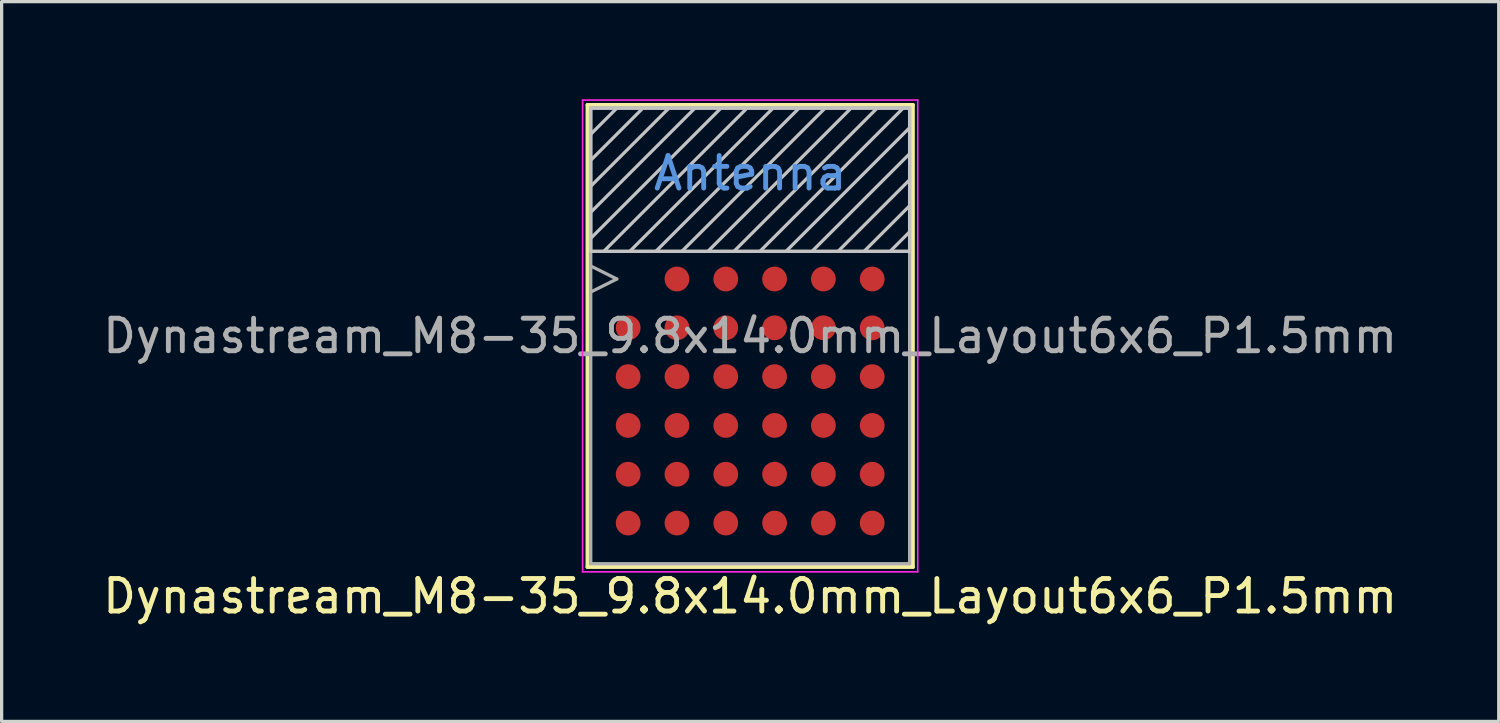
<source format=kicad_pcb>
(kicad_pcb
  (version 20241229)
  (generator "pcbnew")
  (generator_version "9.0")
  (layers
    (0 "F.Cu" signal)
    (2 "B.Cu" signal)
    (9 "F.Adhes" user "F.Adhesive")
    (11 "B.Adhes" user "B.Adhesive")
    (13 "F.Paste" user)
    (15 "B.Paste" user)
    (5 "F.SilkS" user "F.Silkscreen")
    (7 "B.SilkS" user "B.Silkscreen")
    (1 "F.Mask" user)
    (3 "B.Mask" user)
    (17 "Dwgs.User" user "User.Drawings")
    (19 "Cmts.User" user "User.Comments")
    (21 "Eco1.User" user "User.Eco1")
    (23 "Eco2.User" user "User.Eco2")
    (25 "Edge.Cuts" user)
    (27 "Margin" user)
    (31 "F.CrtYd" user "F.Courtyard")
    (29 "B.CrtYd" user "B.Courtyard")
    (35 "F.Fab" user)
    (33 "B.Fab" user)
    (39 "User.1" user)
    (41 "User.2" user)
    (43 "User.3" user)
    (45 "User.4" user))
  (footprint "Dynastream_M8-35_9.8x14.0mm_Layout6x6_P1.5mm"
    (layer "F.Cu")
    (at 20.006 7.275)
    (property "Reference" "Dynastream_M8-35_9.8x14.0mm_Layout6x6_P1.5mm" (at 0 8 0) (layer "F.SilkS") (effects (font (size 1 1) (thickness 0.15))))
    (attr smd)
    (fp_line (start -5 -7.1) (end -5 7.1) (stroke (width 0.12) (type solid)) (layer "F.SilkS"))
    (fp_line (start -5 7.1) (end 5 7.1) (stroke (width 0.12) (type solid)) (layer "F.SilkS"))
    (fp_line (start 5 -7.1) (end -5 -7.1) (stroke (width 0.12) (type solid)) (layer "F.SilkS"))
    (fp_line (start 5 7.1) (end 5 -7.1) (stroke (width 0.12) (type solid)) (layer "F.SilkS"))
    (fp_poly (pts (xy -4.18 -0.315) (xy -4.18 -0.68) (xy -3.815 -0.68) (xy -3.815 -0.315)) (stroke (width 0) (type solid)) (fill yes) (layer "F.Paste"))
    (fp_poly (pts (xy -4.18 0.18) (xy -4.18 -0.185) (xy -3.815 -0.185) (xy -3.815 0.18)) (stroke (width 0) (type solid)) (fill yes) (layer "F.Paste"))
    (fp_poly (pts (xy -4.18 1.185) (xy -4.18 0.82) (xy -3.815 0.82) (xy -3.815 1.185)) (stroke (width 0) (type solid)) (fill yes) (layer "F.Paste"))
    (fp_poly (pts (xy -4.18 1.68) (xy -4.18 1.315) (xy -3.815 1.315) (xy -3.815 1.68)) (stroke (width 0) (type solid)) (fill yes) (layer "F.Paste"))
    (fp_poly (pts (xy -4.18 2.685) (xy -4.18 2.32) (xy -3.815 2.32) (xy -3.815 2.685)) (stroke (width 0) (type solid)) (fill yes) (layer "F.Paste"))
    (fp_poly (pts (xy -4.18 3.18) (xy -4.18 2.815) (xy -3.815 2.815) (xy -3.815 3.18)) (stroke (width 0) (type solid)) (fill yes) (layer "F.Paste"))
    (fp_poly (pts (xy -4.18 4.185) (xy -4.18 3.82) (xy -3.815 3.82) (xy -3.815 4.185)) (stroke (width 0) (type solid)) (fill yes) (layer "F.Paste"))
    (fp_poly (pts (xy -4.18 4.68) (xy -4.18 4.315) (xy -3.815 4.315) (xy -3.815 4.68)) (stroke (width 0) (type solid)) (fill yes) (layer "F.Paste"))
    (fp_poly (pts (xy -4.18 5.685) (xy -4.18 5.32) (xy -3.815 5.32) (xy -3.815 5.685)) (stroke (width 0) (type solid)) (fill yes) (layer "F.Paste"))
    (fp_poly (pts (xy -4.18 6.18) (xy -4.18 5.815) (xy -3.815 5.815) (xy -3.815 6.18)) (stroke (width 0) (type solid)) (fill yes) (layer "F.Paste"))
    (fp_poly (pts (xy -3.685 -0.315) (xy -3.685 -0.68) (xy -3.32 -0.68) (xy -3.32 -0.315)) (stroke (width 0) (type solid)) (fill yes) (layer "F.Paste"))
    (fp_poly (pts (xy -3.685 0.18) (xy -3.685 -0.185) (xy -3.32 -0.185) (xy -3.32 0.18)) (stroke (width 0) (type solid)) (fill yes) (layer "F.Paste"))
    (fp_poly (pts (xy -3.685 1.185) (xy -3.685 0.82) (xy -3.32 0.82) (xy -3.32 1.185)) (stroke (width 0) (type solid)) (fill yes) (layer "F.Paste"))
    (fp_poly (pts (xy -3.685 1.68) (xy -3.685 1.315) (xy -3.32 1.315) (xy -3.32 1.68)) (stroke (width 0) (type solid)) (fill yes) (layer "F.Paste"))
    (fp_poly (pts (xy -3.685 2.685) (xy -3.685 2.32) (xy -3.32 2.32) (xy -3.32 2.685)) (stroke (width 0) (type solid)) (fill yes) (layer "F.Paste"))
    (fp_poly (pts (xy -3.685 3.18) (xy -3.685 2.815) (xy -3.32 2.815) (xy -3.32 3.18)) (stroke (width 0) (type solid)) (fill yes) (layer "F.Paste"))
    (fp_poly (pts (xy -3.685 4.185) (xy -3.685 3.82) (xy -3.32 3.82) (xy -3.32 4.185)) (stroke (width 0) (type solid)) (fill yes) (layer "F.Paste"))
    (fp_poly (pts (xy -3.685 4.68) (xy -3.685 4.315) (xy -3.32 4.315) (xy -3.32 4.68)) (stroke (width 0) (type solid)) (fill yes) (layer "F.Paste"))
    (fp_poly (pts (xy -3.685 5.685) (xy -3.685 5.32) (xy -3.32 5.32) (xy -3.32 5.685)) (stroke (width 0) (type solid)) (fill yes) (layer "F.Paste"))
    (fp_poly (pts (xy -3.685 6.18) (xy -3.685 5.815) (xy -3.32 5.815) (xy -3.32 6.18)) (stroke (width 0) (type solid)) (fill yes) (layer "F.Paste"))
    (fp_poly (pts (xy -2.68 -1.815) (xy -2.68 -2.18) (xy -2.315 -2.18) (xy -2.315 -1.815)) (stroke (width 0) (type solid)) (fill yes) (layer "F.Paste"))
    (fp_poly (pts (xy -2.68 -1.32) (xy -2.68 -1.685) (xy -2.315 -1.685) (xy -2.315 -1.32)) (stroke (width 0) (type solid)) (fill yes) (layer "F.Paste"))
    (fp_poly (pts (xy -2.68 -0.315) (xy -2.68 -0.68) (xy -2.315 -0.68) (xy -2.315 -0.315)) (stroke (width 0) (type solid)) (fill yes) (layer "F.Paste"))
    (fp_poly (pts (xy -2.68 0.18) (xy -2.68 -0.185) (xy -2.315 -0.185) (xy -2.315 0.18)) (stroke (width 0) (type solid)) (fill yes) (layer "F.Paste"))
    (fp_poly (pts (xy -2.68 1.185) (xy -2.68 0.82) (xy -2.315 0.82) (xy -2.315 1.185)) (stroke (width 0) (type solid)) (fill yes) (layer "F.Paste"))
    (fp_poly (pts (xy -2.68 1.68) (xy -2.68 1.315) (xy -2.315 1.315) (xy -2.315 1.68)) (stroke (width 0) (type solid)) (fill yes) (layer "F.Paste"))
    (fp_poly (pts (xy -2.68 2.685) (xy -2.68 2.32) (xy -2.315 2.32) (xy -2.315 2.685)) (stroke (width 0) (type solid)) (fill yes) (layer "F.Paste"))
    (fp_poly (pts (xy -2.68 3.18) (xy -2.68 2.815) (xy -2.315 2.815) (xy -2.315 3.18)) (stroke (width 0) (type solid)) (fill yes) (layer "F.Paste"))
    (fp_poly (pts (xy -2.68 4.185) (xy -2.68 3.82) (xy -2.315 3.82) (xy -2.315 4.185)) (stroke (width 0) (type solid)) (fill yes) (layer "F.Paste"))
    (fp_poly (pts (xy -2.68 4.68) (xy -2.68 4.315) (xy -2.315 4.315) (xy -2.315 4.68)) (stroke (width 0) (type solid)) (fill yes) (layer "F.Paste"))
    (fp_poly (pts (xy -2.68 5.685) (xy -2.68 5.32) (xy -2.315 5.32) (xy -2.315 5.685)) (stroke (width 0) (type solid)) (fill yes) (layer "F.Paste"))
    (fp_poly (pts (xy -2.68 6.18) (xy -2.68 5.815) (xy -2.315 5.815) (xy -2.315 6.18)) (stroke (width 0) (type solid)) (fill yes) (layer "F.Paste"))
    (fp_poly (pts (xy -2.185 -1.815) (xy -2.185 -2.18) (xy -1.82 -2.18) (xy -1.82 -1.815)) (stroke (width 0) (type solid)) (fill yes) (layer "F.Paste"))
    (fp_poly (pts (xy -2.185 -1.32) (xy -2.185 -1.685) (xy -1.82 -1.685) (xy -1.82 -1.32)) (stroke (width 0) (type solid)) (fill yes) (layer "F.Paste"))
    (fp_poly (pts (xy -2.185 -0.315) (xy -2.185 -0.68) (xy -1.82 -0.68) (xy -1.82 -0.315)) (stroke (width 0) (type solid)) (fill yes) (layer "F.Paste"))
    (fp_poly (pts (xy -2.185 0.18) (xy -2.185 -0.185) (xy -1.82 -0.185) (xy -1.82 0.18)) (stroke (width 0) (type solid)) (fill yes) (layer "F.Paste"))
    (fp_poly (pts (xy -2.185 1.185) (xy -2.185 0.82) (xy -1.82 0.82) (xy -1.82 1.185)) (stroke (width 0) (type solid)) (fill yes) (layer "F.Paste"))
    (fp_poly (pts (xy -2.185 1.68) (xy -2.185 1.315) (xy -1.82 1.315) (xy -1.82 1.68)) (stroke (width 0) (type solid)) (fill yes) (layer "F.Paste"))
    (fp_poly (pts (xy -2.185 2.685) (xy -2.185 2.32) (xy -1.82 2.32) (xy -1.82 2.685)) (stroke (width 0) (type solid)) (fill yes) (layer "F.Paste"))
    (fp_poly (pts (xy -2.185 3.18) (xy -2.185 2.815) (xy -1.82 2.815) (xy -1.82 3.18)) (stroke (width 0) (type solid)) (fill yes) (layer "F.Paste"))
    (fp_poly (pts (xy -2.185 4.185) (xy -2.185 3.82) (xy -1.82 3.82) (xy -1.82 4.185)) (stroke (width 0) (type solid)) (fill yes) (layer "F.Paste"))
    (fp_poly (pts (xy -2.185 4.68) (xy -2.185 4.315) (xy -1.82 4.315) (xy -1.82 4.68)) (stroke (width 0) (type solid)) (fill yes) (layer "F.Paste"))
    (fp_poly (pts (xy -2.185 5.685) (xy -2.185 5.32) (xy -1.82 5.32) (xy -1.82 5.685)) (stroke (width 0) (type solid)) (fill yes) (layer "F.Paste"))
    (fp_poly (pts (xy -2.185 6.18) (xy -2.185 5.815) (xy -1.82 5.815) (xy -1.82 6.18)) (stroke (width 0) (type solid)) (fill yes) (layer "F.Paste"))
    (fp_poly (pts (xy -1.18 -1.815) (xy -1.18 -2.18) (xy -0.815 -2.18) (xy -0.815 -1.815)) (stroke (width 0) (type solid)) (fill yes) (layer "F.Paste"))
    (fp_poly (pts (xy -1.18 -1.32) (xy -1.18 -1.685) (xy -0.815 -1.685) (xy -0.815 -1.32)) (stroke (width 0) (type solid)) (fill yes) (layer "F.Paste"))
    (fp_poly (pts (xy -1.18 -0.315) (xy -1.18 -0.68) (xy -0.815 -0.68) (xy -0.815 -0.315)) (stroke (width 0) (type solid)) (fill yes) (layer "F.Paste"))
    (fp_poly (pts (xy -1.18 0.18) (xy -1.18 -0.185) (xy -0.815 -0.185) (xy -0.815 0.18)) (stroke (width 0) (type solid)) (fill yes) (layer "F.Paste"))
    (fp_poly (pts (xy -1.18 1.185) (xy -1.18 0.82) (xy -0.815 0.82) (xy -0.815 1.185)) (stroke (width 0) (type solid)) (fill yes) (layer "F.Paste"))
    (fp_poly (pts (xy -1.18 1.68) (xy -1.18 1.315) (xy -0.815 1.315) (xy -0.815 1.68)) (stroke (width 0) (type solid)) (fill yes) (layer "F.Paste"))
    (fp_poly (pts (xy -1.18 2.685) (xy -1.18 2.32) (xy -0.815 2.32) (xy -0.815 2.685)) (stroke (width 0) (type solid)) (fill yes) (layer "F.Paste"))
    (fp_poly (pts (xy -1.18 3.18) (xy -1.18 2.815) (xy -0.815 2.815) (xy -0.815 3.18)) (stroke (width 0) (type solid)) (fill yes) (layer "F.Paste"))
    (fp_poly (pts (xy -1.18 4.185) (xy -1.18 3.82) (xy -0.815 3.82) (xy -0.815 4.185)) (stroke (width 0) (type solid)) (fill yes) (layer "F.Paste"))
    (fp_poly (pts (xy -1.18 4.68) (xy -1.18 4.315) (xy -0.815 4.315) (xy -0.815 4.68)) (stroke (width 0) (type solid)) (fill yes) (layer "F.Paste"))
    (fp_poly (pts (xy -1.18 5.685) (xy -1.18 5.32) (xy -0.815 5.32) (xy -0.815 5.685)) (stroke (width 0) (type solid)) (fill yes) (layer "F.Paste"))
    (fp_poly (pts (xy -1.18 6.18) (xy -1.18 5.815) (xy -0.815 5.815) (xy -0.815 6.18)) (stroke (width 0) (type solid)) (fill yes) (layer "F.Paste"))
    (fp_poly (pts (xy -0.685 -1.815) (xy -0.685 -2.18) (xy -0.32 -2.18) (xy -0.32 -1.815)) (stroke (width 0) (type solid)) (fill yes) (layer "F.Paste"))
    (fp_poly (pts (xy -0.685 -1.32) (xy -0.685 -1.685) (xy -0.32 -1.685) (xy -0.32 -1.32)) (stroke (width 0) (type solid)) (fill yes) (layer "F.Paste"))
    (fp_poly (pts (xy -0.685 -0.315) (xy -0.685 -0.68) (xy -0.32 -0.68) (xy -0.32 -0.315)) (stroke (width 0) (type solid)) (fill yes) (layer "F.Paste"))
    (fp_poly (pts (xy -0.685 0.18) (xy -0.685 -0.185) (xy -0.32 -0.185) (xy -0.32 0.18)) (stroke (width 0) (type solid)) (fill yes) (layer "F.Paste"))
    (fp_poly (pts (xy -0.685 1.185) (xy -0.685 0.82) (xy -0.32 0.82) (xy -0.32 1.185)) (stroke (width 0) (type solid)) (fill yes) (layer "F.Paste"))
    (fp_poly (pts (xy -0.685 1.68) (xy -0.685 1.315) (xy -0.32 1.315) (xy -0.32 1.68)) (stroke (width 0) (type solid)) (fill yes) (layer "F.Paste"))
    (fp_poly (pts (xy -0.685 2.685) (xy -0.685 2.32) (xy -0.32 2.32) (xy -0.32 2.685)) (stroke (width 0) (type solid)) (fill yes) (layer "F.Paste"))
    (fp_poly (pts (xy -0.685 3.18) (xy -0.685 2.815) (xy -0.32 2.815) (xy -0.32 3.18)) (stroke (width 0) (type solid)) (fill yes) (layer "F.Paste"))
    (fp_poly (pts (xy -0.685 4.185) (xy -0.685 3.82) (xy -0.32 3.82) (xy -0.32 4.185)) (stroke (width 0) (type solid)) (fill yes) (layer "F.Paste"))
    (fp_poly (pts (xy -0.685 4.68) (xy -0.685 4.315) (xy -0.32 4.315) (xy -0.32 4.68)) (stroke (width 0) (type solid)) (fill yes) (layer "F.Paste"))
    (fp_poly (pts (xy -0.685 5.685) (xy -0.685 5.32) (xy -0.32 5.32) (xy -0.32 5.685)) (stroke (width 0) (type solid)) (fill yes) (layer "F.Paste"))
    (fp_poly (pts (xy -0.685 6.18) (xy -0.685 5.815) (xy -0.32 5.815) (xy -0.32 6.18)) (stroke (width 0) (type solid)) (fill yes) (layer "F.Paste"))
    (fp_poly (pts (xy 0.32 -1.815) (xy 0.32 -2.18) (xy 0.685 -2.18) (xy 0.685 -1.815)) (stroke (width 0) (type solid)) (fill yes) (layer "F.Paste"))
    (fp_poly (pts (xy 0.32 -1.32) (xy 0.32 -1.685) (xy 0.685 -1.685) (xy 0.685 -1.32)) (stroke (width 0) (type solid)) (fill yes) (layer "F.Paste"))
    (fp_poly (pts (xy 0.32 -0.315) (xy 0.32 -0.68) (xy 0.685 -0.68) (xy 0.685 -0.315)) (stroke (width 0) (type solid)) (fill yes) (layer "F.Paste"))
    (fp_poly (pts (xy 0.32 0.18) (xy 0.32 -0.185) (xy 0.685 -0.185) (xy 0.685 0.18)) (stroke (width 0) (type solid)) (fill yes) (layer "F.Paste"))
    (fp_poly (pts (xy 0.32 1.185) (xy 0.32 0.82) (xy 0.685 0.82) (xy 0.685 1.185)) (stroke (width 0) (type solid)) (fill yes) (layer "F.Paste"))
    (fp_poly (pts (xy 0.32 1.68) (xy 0.32 1.315) (xy 0.685 1.315) (xy 0.685 1.68)) (stroke (width 0) (type solid)) (fill yes) (layer "F.Paste"))
    (fp_poly (pts (xy 0.32 2.685) (xy 0.32 2.32) (xy 0.685 2.32) (xy 0.685 2.685)) (stroke (width 0) (type solid)) (fill yes) (layer "F.Paste"))
    (fp_poly (pts (xy 0.32 3.18) (xy 0.32 2.815) (xy 0.685 2.815) (xy 0.685 3.18)) (stroke (width 0) (type solid)) (fill yes) (layer "F.Paste"))
    (fp_poly (pts (xy 0.32 4.185) (xy 0.32 3.82) (xy 0.685 3.82) (xy 0.685 4.185)) (stroke (width 0) (type solid)) (fill yes) (layer "F.Paste"))
    (fp_poly (pts (xy 0.32 4.68) (xy 0.32 4.315) (xy 0.685 4.315) (xy 0.685 4.68)) (stroke (width 0) (type solid)) (fill yes) (layer "F.Paste"))
    (fp_poly (pts (xy 0.32 5.685) (xy 0.32 5.32) (xy 0.685 5.32) (xy 0.685 5.685)) (stroke (width 0) (type solid)) (fill yes) (layer "F.Paste"))
    (fp_poly (pts (xy 0.32 6.18) (xy 0.32 5.815) (xy 0.685 5.815) (xy 0.685 6.18)) (stroke (width 0) (type solid)) (fill yes) (layer "F.Paste"))
    (fp_poly (pts (xy 0.815 -1.815) (xy 0.815 -2.18) (xy 1.18 -2.18) (xy 1.18 -1.815)) (stroke (width 0) (type solid)) (fill yes) (layer "F.Paste"))
    (fp_poly (pts (xy 0.815 -1.32) (xy 0.815 -1.685) (xy 1.18 -1.685) (xy 1.18 -1.32)) (stroke (width 0) (type solid)) (fill yes) (layer "F.Paste"))
    (fp_poly (pts (xy 0.815 -0.315) (xy 0.815 -0.68) (xy 1.18 -0.68) (xy 1.18 -0.315)) (stroke (width 0) (type solid)) (fill yes) (layer "F.Paste"))
    (fp_poly (pts (xy 0.815 0.18) (xy 0.815 -0.185) (xy 1.18 -0.185) (xy 1.18 0.18)) (stroke (width 0) (type solid)) (fill yes) (layer "F.Paste"))
    (fp_poly (pts (xy 0.815 1.185) (xy 0.815 0.82) (xy 1.18 0.82) (xy 1.18 1.185)) (stroke (width 0) (type solid)) (fill yes) (layer "F.Paste"))
    (fp_poly (pts (xy 0.815 1.68) (xy 0.815 1.315) (xy 1.18 1.315) (xy 1.18 1.68)) (stroke (width 0) (type solid)) (fill yes) (layer "F.Paste"))
    (fp_poly (pts (xy 0.815 2.685) (xy 0.815 2.32) (xy 1.18 2.32) (xy 1.18 2.685)) (stroke (width 0) (type solid)) (fill yes) (layer "F.Paste"))
    (fp_poly (pts (xy 0.815 3.18) (xy 0.815 2.815) (xy 1.18 2.815) (xy 1.18 3.18)) (stroke (width 0) (type solid)) (fill yes) (layer "F.Paste"))
    (fp_poly (pts (xy 0.815 4.185) (xy 0.815 3.82) (xy 1.18 3.82) (xy 1.18 4.185)) (stroke (width 0) (type solid)) (fill yes) (layer "F.Paste"))
    (fp_poly (pts (xy 0.815 4.68) (xy 0.815 4.315) (xy 1.18 4.315) (xy 1.18 4.68)) (stroke (width 0) (type solid)) (fill yes) (layer "F.Paste"))
    (fp_poly (pts (xy 0.815 5.685) (xy 0.815 5.32) (xy 1.18 5.32) (xy 1.18 5.685)) (stroke (width 0) (type solid)) (fill yes) (layer "F.Paste"))
    (fp_poly (pts (xy 0.815 6.18) (xy 0.815 5.815) (xy 1.18 5.815) (xy 1.18 6.18)) (stroke (width 0) (type solid)) (fill yes) (layer "F.Paste"))
    (fp_poly (pts (xy 1.82 -1.815) (xy 1.82 -2.18) (xy 2.185 -2.18) (xy 2.185 -1.815)) (stroke (width 0) (type solid)) (fill yes) (layer "F.Paste"))
    (fp_poly (pts (xy 1.82 -1.32) (xy 1.82 -1.685) (xy 2.185 -1.685) (xy 2.185 -1.32)) (stroke (width 0) (type solid)) (fill yes) (layer "F.Paste"))
    (fp_poly (pts (xy 1.82 -0.315) (xy 1.82 -0.68) (xy 2.185 -0.68) (xy 2.185 -0.315)) (stroke (width 0) (type solid)) (fill yes) (layer "F.Paste"))
    (fp_poly (pts (xy 1.82 0.18) (xy 1.82 -0.185) (xy 2.185 -0.185) (xy 2.185 0.18)) (stroke (width 0) (type solid)) (fill yes) (layer "F.Paste"))
    (fp_poly (pts (xy 1.82 1.185) (xy 1.82 0.82) (xy 2.185 0.82) (xy 2.185 1.185)) (stroke (width 0) (type solid)) (fill yes) (layer "F.Paste"))
    (fp_poly (pts (xy 1.82 1.68) (xy 1.82 1.315) (xy 2.185 1.315) (xy 2.185 1.68)) (stroke (width 0) (type solid)) (fill yes) (layer "F.Paste"))
    (fp_poly (pts (xy 1.82 2.685) (xy 1.82 2.32) (xy 2.185 2.32) (xy 2.185 2.685)) (stroke (width 0) (type solid)) (fill yes) (layer "F.Paste"))
    (fp_poly (pts (xy 1.82 3.18) (xy 1.82 2.815) (xy 2.185 2.815) (xy 2.185 3.18)) (stroke (width 0) (type solid)) (fill yes) (layer "F.Paste"))
    (fp_poly (pts (xy 1.82 4.185) (xy 1.82 3.82) (xy 2.185 3.82) (xy 2.185 4.185)) (stroke (width 0) (type solid)) (fill yes) (layer "F.Paste"))
    (fp_poly (pts (xy 1.82 4.68) (xy 1.82 4.315) (xy 2.185 4.315) (xy 2.185 4.68)) (stroke (width 0) (type solid)) (fill yes) (layer "F.Paste"))
    (fp_poly (pts (xy 1.82 5.685) (xy 1.82 5.32) (xy 2.185 5.32) (xy 2.185 5.685)) (stroke (width 0) (type solid)) (fill yes) (layer "F.Paste"))
    (fp_poly (pts (xy 1.82 6.18) (xy 1.82 5.815) (xy 2.185 5.815) (xy 2.185 6.18)) (stroke (width 0) (type solid)) (fill yes) (layer "F.Paste"))
    (fp_poly (pts (xy 2.315 -1.815) (xy 2.315 -2.18) (xy 2.68 -2.18) (xy 2.68 -1.815)) (stroke (width 0) (type solid)) (fill yes) (layer "F.Paste"))
    (fp_poly (pts (xy 2.315 -1.32) (xy 2.315 -1.685) (xy 2.68 -1.685) (xy 2.68 -1.32)) (stroke (width 0) (type solid)) (fill yes) (layer "F.Paste"))
    (fp_poly (pts (xy 2.315 -0.315) (xy 2.315 -0.68) (xy 2.68 -0.68) (xy 2.68 -0.315)) (stroke (width 0) (type solid)) (fill yes) (layer "F.Paste"))
    (fp_poly (pts (xy 2.315 0.18) (xy 2.315 -0.185) (xy 2.68 -0.185) (xy 2.68 0.18)) (stroke (width 0) (type solid)) (fill yes) (layer "F.Paste"))
    (fp_poly (pts (xy 2.315 1.185) (xy 2.315 0.82) (xy 2.68 0.82) (xy 2.68 1.185)) (stroke (width 0) (type solid)) (fill yes) (layer "F.Paste"))
    (fp_poly (pts (xy 2.315 1.68) (xy 2.315 1.315) (xy 2.68 1.315) (xy 2.68 1.68)) (stroke (width 0) (type solid)) (fill yes) (layer "F.Paste"))
    (fp_poly (pts (xy 2.315 2.685) (xy 2.315 2.32) (xy 2.68 2.32) (xy 2.68 2.685)) (stroke (width 0) (type solid)) (fill yes) (layer "F.Paste"))
    (fp_poly (pts (xy 2.315 3.18) (xy 2.315 2.815) (xy 2.68 2.815) (xy 2.68 3.18)) (stroke (width 0) (type solid)) (fill yes) (layer "F.Paste"))
    (fp_poly (pts (xy 2.315 4.185) (xy 2.315 3.82) (xy 2.68 3.82) (xy 2.68 4.185)) (stroke (width 0) (type solid)) (fill yes) (layer "F.Paste"))
    (fp_poly (pts (xy 2.315 4.68) (xy 2.315 4.315) (xy 2.68 4.315) (xy 2.68 4.68)) (stroke (width 0) (type solid)) (fill yes) (layer "F.Paste"))
    (fp_poly (pts (xy 2.315 5.685) (xy 2.315 5.32) (xy 2.68 5.32) (xy 2.68 5.685)) (stroke (width 0) (type solid)) (fill yes) (layer "F.Paste"))
    (fp_poly (pts (xy 2.315 6.18) (xy 2.315 5.815) (xy 2.68 5.815) (xy 2.68 6.18)) (stroke (width 0) (type solid)) (fill yes) (layer "F.Paste"))
    (fp_poly (pts (xy 3.32 -1.815) (xy 3.32 -2.18) (xy 3.685 -2.18) (xy 3.685 -1.815)) (stroke (width 0) (type solid)) (fill yes) (layer "F.Paste"))
    (fp_poly (pts (xy 3.32 -1.32) (xy 3.32 -1.685) (xy 3.685 -1.685) (xy 3.685 -1.32)) (stroke (width 0) (type solid)) (fill yes) (layer "F.Paste"))
    (fp_poly (pts (xy 3.32 -0.315) (xy 3.32 -0.68) (xy 3.685 -0.68) (xy 3.685 -0.315)) (stroke (width 0) (type solid)) (fill yes) (layer "F.Paste"))
    (fp_poly (pts (xy 3.32 0.18) (xy 3.32 -0.185) (xy 3.685 -0.185) (xy 3.685 0.18)) (stroke (width 0) (type solid)) (fill yes) (layer "F.Paste"))
    (fp_poly (pts (xy 3.32 1.185) (xy 3.32 0.82) (xy 3.685 0.82) (xy 3.685 1.185)) (stroke (width 0) (type solid)) (fill yes) (layer "F.Paste"))
    (fp_poly (pts (xy 3.32 1.68) (xy 3.32 1.315) (xy 3.685 1.315) (xy 3.685 1.68)) (stroke (width 0) (type solid)) (fill yes) (layer "F.Paste"))
    (fp_poly (pts (xy 3.32 2.685) (xy 3.32 2.32) (xy 3.685 2.32) (xy 3.685 2.685)) (stroke (width 0) (type solid)) (fill yes) (layer "F.Paste"))
    (fp_poly (pts (xy 3.32 3.18) (xy 3.32 2.815) (xy 3.685 2.815) (xy 3.685 3.18)) (stroke (width 0) (type solid)) (fill yes) (layer "F.Paste"))
    (fp_poly (pts (xy 3.32 4.185) (xy 3.32 3.82) (xy 3.685 3.82) (xy 3.685 4.185)) (stroke (width 0) (type solid)) (fill yes) (layer "F.Paste"))
    (fp_poly (pts (xy 3.32 4.68) (xy 3.32 4.315) (xy 3.685 4.315) (xy 3.685 4.68)) (stroke (width 0) (type solid)) (fill yes) (layer "F.Paste"))
    (fp_poly (pts (xy 3.32 5.685) (xy 3.32 5.32) (xy 3.685 5.32) (xy 3.685 5.685)) (stroke (width 0) (type solid)) (fill yes) (layer "F.Paste"))
    (fp_poly (pts (xy 3.32 6.18) (xy 3.32 5.815) (xy 3.685 5.815) (xy 3.685 6.18)) (stroke (width 0) (type solid)) (fill yes) (layer "F.Paste"))
    (fp_poly (pts (xy 3.815 -1.815) (xy 3.815 -2.18) (xy 4.18 -2.18) (xy 4.18 -1.815)) (stroke (width 0) (type solid)) (fill yes) (layer "F.Paste"))
    (fp_poly (pts (xy 3.815 -1.32) (xy 3.815 -1.685) (xy 4.18 -1.685) (xy 4.18 -1.32)) (stroke (width 0) (type solid)) (fill yes) (layer "F.Paste"))
    (fp_poly (pts (xy 3.815 -0.315) (xy 3.815 -0.68) (xy 4.18 -0.68) (xy 4.18 -0.315)) (stroke (width 0) (type solid)) (fill yes) (layer "F.Paste"))
    (fp_poly (pts (xy 3.815 0.18) (xy 3.815 -0.185) (xy 4.18 -0.185) (xy 4.18 0.18)) (stroke (width 0) (type solid)) (fill yes) (layer "F.Paste"))
    (fp_poly (pts (xy 3.815 1.185) (xy 3.815 0.82) (xy 4.18 0.82) (xy 4.18 1.185)) (stroke (width 0) (type solid)) (fill yes) (layer "F.Paste"))
    (fp_poly (pts (xy 3.815 1.68) (xy 3.815 1.315) (xy 4.18 1.315) (xy 4.18 1.68)) (stroke (width 0) (type solid)) (fill yes) (layer "F.Paste"))
    (fp_poly (pts (xy 3.815 2.685) (xy 3.815 2.32) (xy 4.18 2.32) (xy 4.18 2.685)) (stroke (width 0) (type solid)) (fill yes) (layer "F.Paste"))
    (fp_poly (pts (xy 3.815 3.18) (xy 3.815 2.815) (xy 4.18 2.815) (xy 4.18 3.18)) (stroke (width 0) (type solid)) (fill yes) (layer "F.Paste"))
    (fp_poly (pts (xy 3.815 4.185) (xy 3.815 3.82) (xy 4.18 3.82) (xy 4.18 4.185)) (stroke (width 0) (type solid)) (fill yes) (layer "F.Paste"))
    (fp_poly (pts (xy 3.815 4.68) (xy 3.815 4.315) (xy 4.18 4.315) (xy 4.18 4.68)) (stroke (width 0) (type solid)) (fill yes) (layer "F.Paste"))
    (fp_poly (pts (xy 3.815 5.685) (xy 3.815 5.32) (xy 4.18 5.32) (xy 4.18 5.685)) (stroke (width 0) (type solid)) (fill yes) (layer "F.Paste"))
    (fp_poly (pts (xy 3.815 6.18) (xy 3.815 5.815) (xy 4.18 5.815) (xy 4.18 6.18)) (stroke (width 0) (type solid)) (fill yes) (layer "F.Paste"))
    (fp_line (start -4.9 -7) (end -4.9 -2.625) (stroke (width 0.1) (type solid)) (layer "Dwgs.User"))
    (fp_line (start -4.9 -6.2) (end -4.1 -7) (stroke (width 0.1) (type solid)) (layer "Dwgs.User"))
    (fp_line (start -4.9 -5.4) (end -3.3 -7) (stroke (width 0.1) (type solid)) (layer "Dwgs.User"))
    (fp_line (start -4.9 -4.6) (end -2.5 -7) (stroke (width 0.1) (type solid)) (layer "Dwgs.User"))
    (fp_line (start -4.9 -3.8) (end -1.7 -7) (stroke (width 0.1) (type solid)) (layer "Dwgs.User"))
    (fp_line (start -4.9 -3) (end -0.9 -7) (stroke (width 0.1) (type solid)) (layer "Dwgs.User"))
    (fp_line (start -4.9 -2.6) (end 4.9 -2.6) (stroke (width 0.1) (type solid)) (layer "Dwgs.User"))
    (fp_line (start -4.5 -2.6) (end -0.1 -7) (stroke (width 0.1) (type solid)) (layer "Dwgs.User"))
    (fp_line (start 0.7 -7) (end -3.7 -2.6) (stroke (width 0.1) (type solid)) (layer "Dwgs.User"))
    (fp_line (start 1.5 -7) (end -2.9 -2.6) (stroke (width 0.1) (type solid)) (layer "Dwgs.User"))
    (fp_line (start 2.3 -7) (end -2.1 -2.6) (stroke (width 0.1) (type solid)) (layer "Dwgs.User"))
    (fp_line (start 3.1 -7) (end -1.3 -2.6) (stroke (width 0.1) (type solid)) (layer "Dwgs.User"))
    (fp_line (start 3.9 -7) (end -0.5 -2.6) (stroke (width 0.1) (type solid)) (layer "Dwgs.User"))
    (fp_line (start 4.7 -7) (end 0.3 -2.6) (stroke (width 0.1) (type solid)) (layer "Dwgs.User"))
    (fp_line (start 4.9 -7) (end -4.9 -7) (stroke (width 0.1) (type solid)) (layer "Dwgs.User"))
    (fp_line (start 4.9 -6.4) (end 1.1 -2.6) (stroke (width 0.1) (type solid)) (layer "Dwgs.User"))
    (fp_line (start 4.9 -5.6) (end 1.9 -2.6) (stroke (width 0.1) (type solid)) (layer "Dwgs.User"))
    (fp_line (start 4.9 -4.8) (end 2.7 -2.6) (stroke (width 0.1) (type solid)) (layer "Dwgs.User"))
    (fp_line (start 4.9 -4) (end 3.5 -2.6) (stroke (width 0.1) (type solid)) (layer "Dwgs.User"))
    (fp_line (start 4.9 -3.2) (end 4.3 -2.6) (stroke (width 0.1) (type solid)) (layer "Dwgs.User"))
    (fp_line (start 4.9 -2.6) (end 4.9 -7) (stroke (width 0.1) (type solid)) (layer "Dwgs.User"))
    (fp_line (start -5.15 -7.25) (end 5.15 -7.25) (stroke (width 0.05) (type solid)) (layer "F.CrtYd"))
    (fp_line (start -5.15 7.25) (end -5.15 -7.25) (stroke (width 0.05) (type solid)) (layer "F.CrtYd"))
    (fp_line (start 5.15 -7.25) (end 5.15 7.25) (stroke (width 0.05) (type solid)) (layer "F.CrtYd"))
    (fp_line (start 5.15 7.25) (end -5.15 7.25) (stroke (width 0.05) (type solid)) (layer "F.CrtYd"))
    (fp_line (start -4.9 -7) (end 4.9 -7) (stroke (width 0.1) (type solid)) (layer "F.Fab"))
    (fp_line (start -4.9 -2.6) (end 4.9 -2.6) (stroke (width 0.1) (type solid)) (layer "F.Fab"))
    (fp_line (start -4.9 -2.15) (end -4.1 -1.75) (stroke (width 0.1) (type solid)) (layer "F.Fab"))
    (fp_line (start -4.9 -1.35) (end -4.1 -1.75) (stroke (width 0.1) (type solid)) (layer "F.Fab"))
    (fp_line (start -4.9 7) (end -4.9 -7) (stroke (width 0.1) (type solid)) (layer "F.Fab"))
    (fp_line (start 4.9 -7) (end 4.9 7) (stroke (width 0.1) (type solid)) (layer "F.Fab"))
    (fp_line (start 4.9 7) (end -4.9 7) (stroke (width 0.1) (type solid)) (layer "F.Fab"))
    (fp_text user "Antenna" (at 0 -5 0) (layer "Cmts.User") (effects (font (size 1 1) (thickness 0.15))))
    (fp_text user "${REFERENCE}" (at 0 0 0) (layer "F.Fab") (effects (font (size 1 1) (thickness 0.15))))
    (pad "A2" smd circle (at -2.25 -1.75) (size 0.762 0.762) (layers "F.Cu" "F.Mask" "F.Paste"))
    (pad "A3" smd circle (at -0.75 -1.75) (size 0.762 0.762) (layers "F.Cu" "F.Mask" "F.Paste"))
    (pad "A4" smd circle (at 0.75 -1.75) (size 0.762 0.762) (layers "F.Cu" "F.Mask" "F.Paste"))
    (pad "A5" smd circle (at 2.25 -1.75) (size 0.762 0.762) (layers "F.Cu" "F.Mask" "F.Paste"))
    (pad "A6" smd circle (at 3.75 -1.75) (size 0.762 0.762) (layers "F.Cu" "F.Mask" "F.Paste"))
    (pad "B1" smd circle (at -3.75 -0.25) (size 0.762 0.762) (layers "F.Cu" "F.Mask" "F.Paste"))
    (pad "B2" smd circle (at -2.25 -0.25) (size 0.762 0.762) (layers "F.Cu" "F.Mask" "F.Paste"))
    (pad "B3" smd circle (at -0.75 -0.25) (size 0.762 0.762) (layers "F.Cu" "F.Mask" "F.Paste"))
    (pad "B4" smd circle (at 0.75 -0.25) (size 0.762 0.762) (layers "F.Cu" "F.Mask" "F.Paste"))
    (pad "B5" smd circle (at 2.25 -0.25) (size 0.762 0.762) (layers "F.Cu" "F.Mask" "F.Paste"))
    (pad "B6" smd circle (at 3.75 -0.25) (size 0.762 0.762) (layers "F.Cu" "F.Mask" "F.Paste"))
    (pad "C1" smd circle (at -3.75 1.25) (size 0.762 0.762) (layers "F.Cu" "F.Mask" "F.Paste"))
    (pad "C2" smd circle (at -2.25 1.25) (size 0.762 0.762) (layers "F.Cu" "F.Mask" "F.Paste"))
    (pad "C3" smd circle (at -0.75 1.25) (size 0.762 0.762) (layers "F.Cu" "F.Mask" "F.Paste"))
    (pad "C4" smd circle (at 0.75 1.25) (size 0.762 0.762) (layers "F.Cu" "F.Mask" "F.Paste"))
    (pad "C5" smd circle (at 2.25 1.25) (size 0.762 0.762) (layers "F.Cu" "F.Mask" "F.Paste"))
    (pad "C6" smd circle (at 3.75 1.25) (size 0.762 0.762) (layers "F.Cu" "F.Mask" "F.Paste"))
    (pad "D1" smd circle (at -3.75 2.75) (size 0.762 0.762) (layers "F.Cu" "F.Mask" "F.Paste"))
    (pad "D2" smd circle (at -2.25 2.75) (size 0.762 0.762) (layers "F.Cu" "F.Mask" "F.Paste"))
    (pad "D3" smd circle (at -0.75 2.75) (size 0.762 0.762) (layers "F.Cu" "F.Mask" "F.Paste"))
    (pad "D4" smd circle (at 0.75 2.75) (size 0.762 0.762) (layers "F.Cu" "F.Mask" "F.Paste"))
    (pad "D5" smd circle (at 2.25 2.75) (size 0.762 0.762) (layers "F.Cu" "F.Mask" "F.Paste"))
    (pad "D6" smd circle (at 3.75 2.75) (size 0.762 0.762) (layers "F.Cu" "F.Mask" "F.Paste"))
    (pad "E1" smd circle (at -3.75 4.25) (size 0.762 0.762) (layers "F.Cu" "F.Mask" "F.Paste"))
    (pad "E2" smd circle (at -2.25 4.25) (size 0.762 0.762) (layers "F.Cu" "F.Mask" "F.Paste"))
    (pad "E3" smd circle (at -0.75 4.25) (size 0.762 0.762) (layers "F.Cu" "F.Mask" "F.Paste"))
    (pad "E4" smd circle (at 0.75 4.25) (size 0.762 0.762) (layers "F.Cu" "F.Mask" "F.Paste"))
    (pad "E5" smd circle (at 2.25 4.25) (size 0.762 0.762) (layers "F.Cu" "F.Mask" "F.Paste"))
    (pad "E6" smd circle (at 3.75 4.25) (size 0.762 0.762) (layers "F.Cu" "F.Mask" "F.Paste"))
    (pad "F1" smd circle (at -3.75 5.75) (size 0.762 0.762) (layers "F.Cu" "F.Mask" "F.Paste"))
    (pad "F2" smd circle (at -2.25 5.75) (size 0.762 0.762) (layers "F.Cu" "F.Mask" "F.Paste"))
    (pad "F3" smd circle (at -0.75 5.75) (size 0.762 0.762) (layers "F.Cu" "F.Mask" "F.Paste"))
    (pad "F4" smd circle (at 0.75 5.75) (size 0.762 0.762) (layers "F.Cu" "F.Mask" "F.Paste"))
    (pad "F5" smd circle (at 2.25 5.75) (size 0.762 0.762) (layers "F.Cu" "F.Mask" "F.Paste"))
    (pad "F6" smd circle (at 3.75 5.75) (size 0.762 0.762) (layers "F.Cu" "F.Mask" "F.Paste")))
  (gr_rect
    (start -3 -3)
    (end 43.012 19.123)
    (stroke (width 0.1) (type default))
    (fill no)
    (layer "Edge.Cuts")))
</source>
